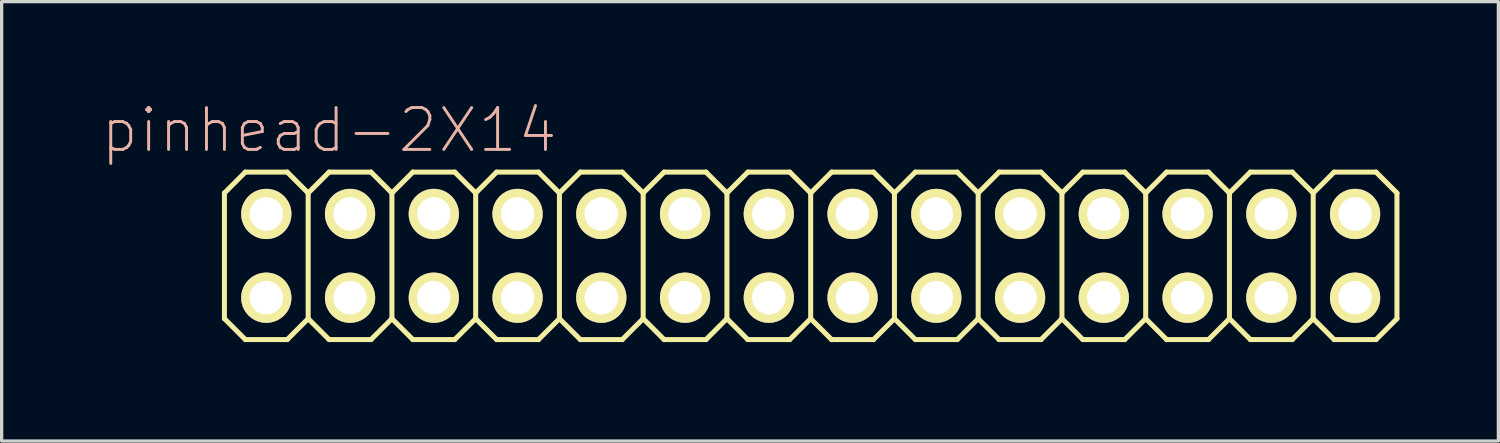
<source format=kicad_pcb>
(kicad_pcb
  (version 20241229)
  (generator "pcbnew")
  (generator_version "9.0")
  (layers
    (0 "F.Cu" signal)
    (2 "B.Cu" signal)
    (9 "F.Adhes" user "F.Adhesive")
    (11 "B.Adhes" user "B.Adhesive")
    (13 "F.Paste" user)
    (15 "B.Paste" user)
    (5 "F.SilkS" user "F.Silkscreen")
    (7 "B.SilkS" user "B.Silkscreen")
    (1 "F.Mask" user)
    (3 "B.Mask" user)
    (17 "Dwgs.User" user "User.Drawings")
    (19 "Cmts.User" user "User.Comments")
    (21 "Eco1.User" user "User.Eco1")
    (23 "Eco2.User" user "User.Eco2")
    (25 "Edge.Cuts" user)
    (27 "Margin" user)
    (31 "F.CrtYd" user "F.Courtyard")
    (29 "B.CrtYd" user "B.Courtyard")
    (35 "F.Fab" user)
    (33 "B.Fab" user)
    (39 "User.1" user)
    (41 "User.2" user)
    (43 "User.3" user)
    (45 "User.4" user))
  (footprint "pinhead-2X14"
    (layer "F.Cu")
    (at 21.536 4.709)
    (property "Reference" "pinhead-2X14" (at -14.605 -3.81 0) (layer "B.SilkS") (effects (font (size 1.27 1.27) (thickness 0.089))))
    (attr exclude_from_pos_files exclude_from_bom)
    (fp_line (start -17.78 -1.905) (end -17.145 -2.54) (stroke (width 0.152) (type solid)) (layer "F.SilkS"))
    (fp_line (start -17.78 1.905) (end -17.78 -1.905) (stroke (width 0.152) (type solid)) (layer "F.SilkS"))
    (fp_line (start -17.78 1.905) (end -17.145 2.54) (stroke (width 0.152) (type solid)) (layer "F.SilkS"))
    (fp_line (start -17.145 -2.54) (end -15.875 -2.54) (stroke (width 0.152) (type solid)) (layer "F.SilkS"))
    (fp_line (start -17.145 2.54) (end -15.875 2.54) (stroke (width 0.152) (type solid)) (layer "F.SilkS"))
    (fp_line (start -16.764 -1.524) (end -16.256 -1.524) (stroke (width 0.066) (type solid)) (layer "F.SilkS"))
    (fp_line (start -16.764 -1.016) (end -16.764 -1.524) (stroke (width 0.066) (type solid)) (layer "F.SilkS"))
    (fp_line (start -16.764 -1.016) (end -16.256 -1.016) (stroke (width 0.066) (type solid)) (layer "F.SilkS"))
    (fp_line (start -16.764 1.016) (end -16.256 1.016) (stroke (width 0.066) (type solid)) (layer "F.SilkS"))
    (fp_line (start -16.764 1.524) (end -16.764 1.016) (stroke (width 0.066) (type solid)) (layer "F.SilkS"))
    (fp_line (start -16.764 1.524) (end -16.256 1.524) (stroke (width 0.066) (type solid)) (layer "F.SilkS"))
    (fp_line (start -16.256 -1.016) (end -16.256 -1.524) (stroke (width 0.066) (type solid)) (layer "F.SilkS"))
    (fp_line (start -16.256 1.524) (end -16.256 1.016) (stroke (width 0.066) (type solid)) (layer "F.SilkS"))
    (fp_line (start -15.875 -2.54) (end -15.24 -1.905) (stroke (width 0.152) (type solid)) (layer "F.SilkS"))
    (fp_line (start -15.875 2.54) (end -15.24 1.905) (stroke (width 0.152) (type solid)) (layer "F.SilkS"))
    (fp_line (start -15.24 -1.905) (end -15.24 1.905) (stroke (width 0.152) (type solid)) (layer "F.SilkS"))
    (fp_line (start -15.24 -1.905) (end -14.605 -2.54) (stroke (width 0.152) (type solid)) (layer "F.SilkS"))
    (fp_line (start -15.24 1.905) (end -14.605 2.54) (stroke (width 0.152) (type solid)) (layer "F.SilkS"))
    (fp_line (start -14.605 -2.54) (end -13.335 -2.54) (stroke (width 0.152) (type solid)) (layer "F.SilkS"))
    (fp_line (start -14.605 2.54) (end -13.335 2.54) (stroke (width 0.152) (type solid)) (layer "F.SilkS"))
    (fp_line (start -14.224 -1.524) (end -13.716 -1.524) (stroke (width 0.066) (type solid)) (layer "F.SilkS"))
    (fp_line (start -14.224 -1.016) (end -14.224 -1.524) (stroke (width 0.066) (type solid)) (layer "F.SilkS"))
    (fp_line (start -14.224 -1.016) (end -13.716 -1.016) (stroke (width 0.066) (type solid)) (layer "F.SilkS"))
    (fp_line (start -14.224 1.016) (end -13.716 1.016) (stroke (width 0.066) (type solid)) (layer "F.SilkS"))
    (fp_line (start -14.224 1.524) (end -14.224 1.016) (stroke (width 0.066) (type solid)) (layer "F.SilkS"))
    (fp_line (start -14.224 1.524) (end -13.716 1.524) (stroke (width 0.066) (type solid)) (layer "F.SilkS"))
    (fp_line (start -13.716 -1.016) (end -13.716 -1.524) (stroke (width 0.066) (type solid)) (layer "F.SilkS"))
    (fp_line (start -13.716 1.524) (end -13.716 1.016) (stroke (width 0.066) (type solid)) (layer "F.SilkS"))
    (fp_line (start -13.335 -2.54) (end -12.7 -1.905) (stroke (width 0.152) (type solid)) (layer "F.SilkS"))
    (fp_line (start -13.335 2.54) (end -12.7 1.905) (stroke (width 0.152) (type solid)) (layer "F.SilkS"))
    (fp_line (start -12.7 -1.905) (end -12.7 1.905) (stroke (width 0.152) (type solid)) (layer "F.SilkS"))
    (fp_line (start -12.7 -1.905) (end -12.065 -2.54) (stroke (width 0.152) (type solid)) (layer "F.SilkS"))
    (fp_line (start -12.7 1.905) (end -12.065 2.54) (stroke (width 0.152) (type solid)) (layer "F.SilkS"))
    (fp_line (start -12.065 -2.54) (end -10.795 -2.54) (stroke (width 0.152) (type solid)) (layer "F.SilkS"))
    (fp_line (start -12.065 2.54) (end -10.795 2.54) (stroke (width 0.152) (type solid)) (layer "F.SilkS"))
    (fp_line (start -11.684 -1.524) (end -11.176 -1.524) (stroke (width 0.066) (type solid)) (layer "F.SilkS"))
    (fp_line (start -11.684 -1.016) (end -11.684 -1.524) (stroke (width 0.066) (type solid)) (layer "F.SilkS"))
    (fp_line (start -11.684 -1.016) (end -11.176 -1.016) (stroke (width 0.066) (type solid)) (layer "F.SilkS"))
    (fp_line (start -11.684 1.016) (end -11.176 1.016) (stroke (width 0.066) (type solid)) (layer "F.SilkS"))
    (fp_line (start -11.684 1.524) (end -11.684 1.016) (stroke (width 0.066) (type solid)) (layer "F.SilkS"))
    (fp_line (start -11.684 1.524) (end -11.176 1.524) (stroke (width 0.066) (type solid)) (layer "F.SilkS"))
    (fp_line (start -11.176 -1.016) (end -11.176 -1.524) (stroke (width 0.066) (type solid)) (layer "F.SilkS"))
    (fp_line (start -11.176 1.524) (end -11.176 1.016) (stroke (width 0.066) (type solid)) (layer "F.SilkS"))
    (fp_line (start -10.795 -2.54) (end -10.16 -1.905) (stroke (width 0.152) (type solid)) (layer "F.SilkS"))
    (fp_line (start -10.795 2.54) (end -10.16 1.905) (stroke (width 0.152) (type solid)) (layer "F.SilkS"))
    (fp_line (start -10.16 -1.905) (end -10.16 1.905) (stroke (width 0.152) (type solid)) (layer "F.SilkS"))
    (fp_line (start -10.16 -1.905) (end -9.525 -2.54) (stroke (width 0.152) (type solid)) (layer "F.SilkS"))
    (fp_line (start -10.16 1.905) (end -9.525 2.54) (stroke (width 0.152) (type solid)) (layer "F.SilkS"))
    (fp_line (start -9.525 -2.54) (end -8.255 -2.54) (stroke (width 0.152) (type solid)) (layer "F.SilkS"))
    (fp_line (start -9.525 2.54) (end -8.255 2.54) (stroke (width 0.152) (type solid)) (layer "F.SilkS"))
    (fp_line (start -9.144 -1.524) (end -8.636 -1.524) (stroke (width 0.066) (type solid)) (layer "F.SilkS"))
    (fp_line (start -9.144 -1.016) (end -9.144 -1.524) (stroke (width 0.066) (type solid)) (layer "F.SilkS"))
    (fp_line (start -9.144 -1.016) (end -8.636 -1.016) (stroke (width 0.066) (type solid)) (layer "F.SilkS"))
    (fp_line (start -9.144 1.016) (end -8.636 1.016) (stroke (width 0.066) (type solid)) (layer "F.SilkS"))
    (fp_line (start -9.144 1.524) (end -9.144 1.016) (stroke (width 0.066) (type solid)) (layer "F.SilkS"))
    (fp_line (start -9.144 1.524) (end -8.636 1.524) (stroke (width 0.066) (type solid)) (layer "F.SilkS"))
    (fp_line (start -8.636 -1.016) (end -8.636 -1.524) (stroke (width 0.066) (type solid)) (layer "F.SilkS"))
    (fp_line (start -8.636 1.524) (end -8.636 1.016) (stroke (width 0.066) (type solid)) (layer "F.SilkS"))
    (fp_line (start -8.255 -2.54) (end -7.62 -1.905) (stroke (width 0.152) (type solid)) (layer "F.SilkS"))
    (fp_line (start -8.255 2.54) (end -7.62 1.905) (stroke (width 0.152) (type solid)) (layer "F.SilkS"))
    (fp_line (start -7.62 -1.905) (end -7.62 1.905) (stroke (width 0.152) (type solid)) (layer "F.SilkS"))
    (fp_line (start -7.62 -1.905) (end -6.985 -2.54) (stroke (width 0.152) (type solid)) (layer "F.SilkS"))
    (fp_line (start -7.62 1.905) (end -6.985 2.54) (stroke (width 0.152) (type solid)) (layer "F.SilkS"))
    (fp_line (start -6.985 -2.54) (end -5.715 -2.54) (stroke (width 0.152) (type solid)) (layer "F.SilkS"))
    (fp_line (start -6.985 2.54) (end -5.715 2.54) (stroke (width 0.152) (type solid)) (layer "F.SilkS"))
    (fp_line (start -6.604 -1.524) (end -6.096 -1.524) (stroke (width 0.066) (type solid)) (layer "F.SilkS"))
    (fp_line (start -6.604 -1.016) (end -6.604 -1.524) (stroke (width 0.066) (type solid)) (layer "F.SilkS"))
    (fp_line (start -6.604 -1.016) (end -6.096 -1.016) (stroke (width 0.066) (type solid)) (layer "F.SilkS"))
    (fp_line (start -6.604 1.016) (end -6.096 1.016) (stroke (width 0.066) (type solid)) (layer "F.SilkS"))
    (fp_line (start -6.604 1.524) (end -6.604 1.016) (stroke (width 0.066) (type solid)) (layer "F.SilkS"))
    (fp_line (start -6.604 1.524) (end -6.096 1.524) (stroke (width 0.066) (type solid)) (layer "F.SilkS"))
    (fp_line (start -6.096 -1.016) (end -6.096 -1.524) (stroke (width 0.066) (type solid)) (layer "F.SilkS"))
    (fp_line (start -6.096 1.524) (end -6.096 1.016) (stroke (width 0.066) (type solid)) (layer "F.SilkS"))
    (fp_line (start -5.715 -2.54) (end -5.08 -1.905) (stroke (width 0.152) (type solid)) (layer "F.SilkS"))
    (fp_line (start -5.715 2.54) (end -5.08 1.905) (stroke (width 0.152) (type solid)) (layer "F.SilkS"))
    (fp_line (start -5.08 -1.905) (end -5.08 1.905) (stroke (width 0.152) (type solid)) (layer "F.SilkS"))
    (fp_line (start -5.08 -1.905) (end -4.445 -2.54) (stroke (width 0.152) (type solid)) (layer "F.SilkS"))
    (fp_line (start -5.08 1.905) (end -4.445 2.54) (stroke (width 0.152) (type solid)) (layer "F.SilkS"))
    (fp_line (start -4.445 -2.54) (end -3.175 -2.54) (stroke (width 0.152) (type solid)) (layer "F.SilkS"))
    (fp_line (start -4.445 2.54) (end -3.175 2.54) (stroke (width 0.152) (type solid)) (layer "F.SilkS"))
    (fp_line (start -4.064 -1.524) (end -3.556 -1.524) (stroke (width 0.066) (type solid)) (layer "F.SilkS"))
    (fp_line (start -4.064 -1.016) (end -4.064 -1.524) (stroke (width 0.066) (type solid)) (layer "F.SilkS"))
    (fp_line (start -4.064 -1.016) (end -3.556 -1.016) (stroke (width 0.066) (type solid)) (layer "F.SilkS"))
    (fp_line (start -4.064 1.016) (end -3.556 1.016) (stroke (width 0.066) (type solid)) (layer "F.SilkS"))
    (fp_line (start -4.064 1.524) (end -4.064 1.016) (stroke (width 0.066) (type solid)) (layer "F.SilkS"))
    (fp_line (start -4.064 1.524) (end -3.556 1.524) (stroke (width 0.066) (type solid)) (layer "F.SilkS"))
    (fp_line (start -3.556 -1.016) (end -3.556 -1.524) (stroke (width 0.066) (type solid)) (layer "F.SilkS"))
    (fp_line (start -3.556 1.524) (end -3.556 1.016) (stroke (width 0.066) (type solid)) (layer "F.SilkS"))
    (fp_line (start -3.175 -2.54) (end -2.54 -1.905) (stroke (width 0.152) (type solid)) (layer "F.SilkS"))
    (fp_line (start -3.175 2.54) (end -2.54 1.905) (stroke (width 0.152) (type solid)) (layer "F.SilkS"))
    (fp_line (start -2.54 -1.905) (end -2.54 1.905) (stroke (width 0.152) (type solid)) (layer "F.SilkS"))
    (fp_line (start -2.54 -1.905) (end -1.905 -2.54) (stroke (width 0.152) (type solid)) (layer "F.SilkS"))
    (fp_line (start -2.54 1.905) (end -1.905 2.54) (stroke (width 0.152) (type solid)) (layer "F.SilkS"))
    (fp_line (start -1.905 -2.54) (end -0.635 -2.54) (stroke (width 0.152) (type solid)) (layer "F.SilkS"))
    (fp_line (start -1.524 -1.524) (end -1.016 -1.524) (stroke (width 0.066) (type solid)) (layer "F.SilkS"))
    (fp_line (start -1.524 -1.016) (end -1.524 -1.524) (stroke (width 0.066) (type solid)) (layer "F.SilkS"))
    (fp_line (start -1.524 -1.016) (end -1.016 -1.016) (stroke (width 0.066) (type solid)) (layer "F.SilkS"))
    (fp_line (start -1.524 1.016) (end -1.016 1.016) (stroke (width 0.066) (type solid)) (layer "F.SilkS"))
    (fp_line (start -1.524 1.524) (end -1.524 1.016) (stroke (width 0.066) (type solid)) (layer "F.SilkS"))
    (fp_line (start -1.524 1.524) (end -1.016 1.524) (stroke (width 0.066) (type solid)) (layer "F.SilkS"))
    (fp_line (start -1.016 -1.016) (end -1.016 -1.524) (stroke (width 0.066) (type solid)) (layer "F.SilkS"))
    (fp_line (start -1.016 1.524) (end -1.016 1.016) (stroke (width 0.066) (type solid)) (layer "F.SilkS"))
    (fp_line (start -0.635 -2.54) (end 0 -1.905) (stroke (width 0.152) (type solid)) (layer "F.SilkS"))
    (fp_line (start -0.635 2.54) (end -1.905 2.54) (stroke (width 0.152) (type solid)) (layer "F.SilkS"))
    (fp_line (start 0 -1.905) (end 0 1.905) (stroke (width 0.152) (type solid)) (layer "F.SilkS"))
    (fp_line (start 0 -1.905) (end 0.635 -2.54) (stroke (width 0.152) (type solid)) (layer "F.SilkS"))
    (fp_line (start 0 1.905) (end -0.635 2.54) (stroke (width 0.152) (type solid)) (layer "F.SilkS"))
    (fp_line (start 0 1.905) (end 0.635 2.54) (stroke (width 0.152) (type solid)) (layer "F.SilkS"))
    (fp_line (start 0.635 -2.54) (end 1.905 -2.54) (stroke (width 0.152) (type solid)) (layer "F.SilkS"))
    (fp_line (start 1.016 -1.524) (end 1.524 -1.524) (stroke (width 0.066) (type solid)) (layer "F.SilkS"))
    (fp_line (start 1.016 -1.016) (end 1.016 -1.524) (stroke (width 0.066) (type solid)) (layer "F.SilkS"))
    (fp_line (start 1.016 -1.016) (end 1.524 -1.016) (stroke (width 0.066) (type solid)) (layer "F.SilkS"))
    (fp_line (start 1.016 1.016) (end 1.524 1.016) (stroke (width 0.066) (type solid)) (layer "F.SilkS"))
    (fp_line (start 1.016 1.524) (end 1.016 1.016) (stroke (width 0.066) (type solid)) (layer "F.SilkS"))
    (fp_line (start 1.016 1.524) (end 1.524 1.524) (stroke (width 0.066) (type solid)) (layer "F.SilkS"))
    (fp_line (start 1.524 -1.016) (end 1.524 -1.524) (stroke (width 0.066) (type solid)) (layer "F.SilkS"))
    (fp_line (start 1.524 1.524) (end 1.524 1.016) (stroke (width 0.066) (type solid)) (layer "F.SilkS"))
    (fp_line (start 1.905 -2.54) (end 2.54 -1.905) (stroke (width 0.152) (type solid)) (layer "F.SilkS"))
    (fp_line (start 1.905 2.54) (end 0.635 2.54) (stroke (width 0.152) (type solid)) (layer "F.SilkS"))
    (fp_line (start 2.54 -1.905) (end 2.54 1.905) (stroke (width 0.152) (type solid)) (layer "F.SilkS"))
    (fp_line (start 2.54 -1.905) (end 3.175 -2.54) (stroke (width 0.152) (type solid)) (layer "F.SilkS"))
    (fp_line (start 2.54 1.905) (end 1.905 2.54) (stroke (width 0.152) (type solid)) (layer "F.SilkS"))
    (fp_line (start 2.54 1.905) (end 3.175 2.54) (stroke (width 0.152) (type solid)) (layer "F.SilkS"))
    (fp_line (start 3.175 -2.54) (end 4.445 -2.54) (stroke (width 0.152) (type solid)) (layer "F.SilkS"))
    (fp_line (start 3.556 -1.524) (end 4.064 -1.524) (stroke (width 0.066) (type solid)) (layer "F.SilkS"))
    (fp_line (start 3.556 -1.016) (end 3.556 -1.524) (stroke (width 0.066) (type solid)) (layer "F.SilkS"))
    (fp_line (start 3.556 -1.016) (end 4.064 -1.016) (stroke (width 0.066) (type solid)) (layer "F.SilkS"))
    (fp_line (start 3.556 1.016) (end 4.064 1.016) (stroke (width 0.066) (type solid)) (layer "F.SilkS"))
    (fp_line (start 3.556 1.524) (end 3.556 1.016) (stroke (width 0.066) (type solid)) (layer "F.SilkS"))
    (fp_line (start 3.556 1.524) (end 4.064 1.524) (stroke (width 0.066) (type solid)) (layer "F.SilkS"))
    (fp_line (start 4.064 -1.016) (end 4.064 -1.524) (stroke (width 0.066) (type solid)) (layer "F.SilkS"))
    (fp_line (start 4.064 1.524) (end 4.064 1.016) (stroke (width 0.066) (type solid)) (layer "F.SilkS"))
    (fp_line (start 4.445 -2.54) (end 5.08 -1.905) (stroke (width 0.152) (type solid)) (layer "F.SilkS"))
    (fp_line (start 4.445 2.54) (end 3.175 2.54) (stroke (width 0.152) (type solid)) (layer "F.SilkS"))
    (fp_line (start 5.08 -1.905) (end 5.08 1.905) (stroke (width 0.152) (type solid)) (layer "F.SilkS"))
    (fp_line (start 5.08 -1.905) (end 5.715 -2.54) (stroke (width 0.152) (type solid)) (layer "F.SilkS"))
    (fp_line (start 5.08 1.905) (end 4.445 2.54) (stroke (width 0.152) (type solid)) (layer "F.SilkS"))
    (fp_line (start 5.08 1.905) (end 5.715 2.54) (stroke (width 0.152) (type solid)) (layer "F.SilkS"))
    (fp_line (start 5.715 -2.54) (end 6.985 -2.54) (stroke (width 0.152) (type solid)) (layer "F.SilkS"))
    (fp_line (start 6.096 -1.524) (end 6.604 -1.524) (stroke (width 0.066) (type solid)) (layer "F.SilkS"))
    (fp_line (start 6.096 -1.016) (end 6.096 -1.524) (stroke (width 0.066) (type solid)) (layer "F.SilkS"))
    (fp_line (start 6.096 -1.016) (end 6.604 -1.016) (stroke (width 0.066) (type solid)) (layer "F.SilkS"))
    (fp_line (start 6.096 1.016) (end 6.604 1.016) (stroke (width 0.066) (type solid)) (layer "F.SilkS"))
    (fp_line (start 6.096 1.524) (end 6.096 1.016) (stroke (width 0.066) (type solid)) (layer "F.SilkS"))
    (fp_line (start 6.096 1.524) (end 6.604 1.524) (stroke (width 0.066) (type solid)) (layer "F.SilkS"))
    (fp_line (start 6.604 -1.016) (end 6.604 -1.524) (stroke (width 0.066) (type solid)) (layer "F.SilkS"))
    (fp_line (start 6.604 1.524) (end 6.604 1.016) (stroke (width 0.066) (type solid)) (layer "F.SilkS"))
    (fp_line (start 6.985 -2.54) (end 7.62 -1.905) (stroke (width 0.152) (type solid)) (layer "F.SilkS"))
    (fp_line (start 6.985 2.54) (end 5.715 2.54) (stroke (width 0.152) (type solid)) (layer "F.SilkS"))
    (fp_line (start 7.62 -1.905) (end 7.62 1.905) (stroke (width 0.152) (type solid)) (layer "F.SilkS"))
    (fp_line (start 7.62 -1.905) (end 8.255 -2.54) (stroke (width 0.152) (type solid)) (layer "F.SilkS"))
    (fp_line (start 7.62 1.905) (end 6.985 2.54) (stroke (width 0.152) (type solid)) (layer "F.SilkS"))
    (fp_line (start 7.62 1.905) (end 8.255 2.54) (stroke (width 0.152) (type solid)) (layer "F.SilkS"))
    (fp_line (start 8.255 -2.54) (end 9.525 -2.54) (stroke (width 0.152) (type solid)) (layer "F.SilkS"))
    (fp_line (start 8.636 -1.524) (end 9.144 -1.524) (stroke (width 0.066) (type solid)) (layer "F.SilkS"))
    (fp_line (start 8.636 -1.016) (end 8.636 -1.524) (stroke (width 0.066) (type solid)) (layer "F.SilkS"))
    (fp_line (start 8.636 -1.016) (end 9.144 -1.016) (stroke (width 0.066) (type solid)) (layer "F.SilkS"))
    (fp_line (start 8.636 1.016) (end 9.144 1.016) (stroke (width 0.066) (type solid)) (layer "F.SilkS"))
    (fp_line (start 8.636 1.524) (end 8.636 1.016) (stroke (width 0.066) (type solid)) (layer "F.SilkS"))
    (fp_line (start 8.636 1.524) (end 9.144 1.524) (stroke (width 0.066) (type solid)) (layer "F.SilkS"))
    (fp_line (start 9.144 -1.016) (end 9.144 -1.524) (stroke (width 0.066) (type solid)) (layer "F.SilkS"))
    (fp_line (start 9.144 1.524) (end 9.144 1.016) (stroke (width 0.066) (type solid)) (layer "F.SilkS"))
    (fp_line (start 9.525 -2.54) (end 10.16 -1.905) (stroke (width 0.152) (type solid)) (layer "F.SilkS"))
    (fp_line (start 9.525 2.54) (end 8.255 2.54) (stroke (width 0.152) (type solid)) (layer "F.SilkS"))
    (fp_line (start 10.16 -1.905) (end 10.16 1.905) (stroke (width 0.152) (type solid)) (layer "F.SilkS"))
    (fp_line (start 10.16 -1.905) (end 10.795 -2.54) (stroke (width 0.152) (type solid)) (layer "F.SilkS"))
    (fp_line (start 10.16 1.905) (end 9.525 2.54) (stroke (width 0.152) (type solid)) (layer "F.SilkS"))
    (fp_line (start 10.16 1.905) (end 10.795 2.54) (stroke (width 0.152) (type solid)) (layer "F.SilkS"))
    (fp_line (start 10.795 -2.54) (end 12.065 -2.54) (stroke (width 0.152) (type solid)) (layer "F.SilkS"))
    (fp_line (start 11.176 -1.524) (end 11.684 -1.524) (stroke (width 0.066) (type solid)) (layer "F.SilkS"))
    (fp_line (start 11.176 -1.016) (end 11.176 -1.524) (stroke (width 0.066) (type solid)) (layer "F.SilkS"))
    (fp_line (start 11.176 -1.016) (end 11.684 -1.016) (stroke (width 0.066) (type solid)) (layer "F.SilkS"))
    (fp_line (start 11.176 1.016) (end 11.684 1.016) (stroke (width 0.066) (type solid)) (layer "F.SilkS"))
    (fp_line (start 11.176 1.524) (end 11.176 1.016) (stroke (width 0.066) (type solid)) (layer "F.SilkS"))
    (fp_line (start 11.176 1.524) (end 11.684 1.524) (stroke (width 0.066) (type solid)) (layer "F.SilkS"))
    (fp_line (start 11.684 -1.016) (end 11.684 -1.524) (stroke (width 0.066) (type solid)) (layer "F.SilkS"))
    (fp_line (start 11.684 1.524) (end 11.684 1.016) (stroke (width 0.066) (type solid)) (layer "F.SilkS"))
    (fp_line (start 12.065 2.54) (end 10.795 2.54) (stroke (width 0.152) (type solid)) (layer "F.SilkS"))
    (fp_line (start 12.7 -1.905) (end 12.065 -2.54) (stroke (width 0.152) (type solid)) (layer "F.SilkS"))
    (fp_line (start 12.7 -1.905) (end 12.7 1.905) (stroke (width 0.152) (type solid)) (layer "F.SilkS"))
    (fp_line (start 12.7 -1.905) (end 13.335 -2.54) (stroke (width 0.152) (type solid)) (layer "F.SilkS"))
    (fp_line (start 12.7 1.905) (end 12.065 2.54) (stroke (width 0.152) (type solid)) (layer "F.SilkS"))
    (fp_line (start 12.7 1.905) (end 13.335 2.54) (stroke (width 0.152) (type solid)) (layer "F.SilkS"))
    (fp_line (start 13.716 -1.524) (end 14.224 -1.524) (stroke (width 0.066) (type solid)) (layer "F.SilkS"))
    (fp_line (start 13.716 -1.016) (end 13.716 -1.524) (stroke (width 0.066) (type solid)) (layer "F.SilkS"))
    (fp_line (start 13.716 -1.016) (end 14.224 -1.016) (stroke (width 0.066) (type solid)) (layer "F.SilkS"))
    (fp_line (start 13.716 1.016) (end 14.224 1.016) (stroke (width 0.066) (type solid)) (layer "F.SilkS"))
    (fp_line (start 13.716 1.524) (end 13.716 1.016) (stroke (width 0.066) (type solid)) (layer "F.SilkS"))
    (fp_line (start 13.716 1.524) (end 14.224 1.524) (stroke (width 0.066) (type solid)) (layer "F.SilkS"))
    (fp_line (start 14.224 -1.016) (end 14.224 -1.524) (stroke (width 0.066) (type solid)) (layer "F.SilkS"))
    (fp_line (start 14.224 1.524) (end 14.224 1.016) (stroke (width 0.066) (type solid)) (layer "F.SilkS"))
    (fp_line (start 14.605 -2.54) (end 13.335 -2.54) (stroke (width 0.152) (type solid)) (layer "F.SilkS"))
    (fp_line (start 14.605 -2.54) (end 15.24 -1.905) (stroke (width 0.152) (type solid)) (layer "F.SilkS"))
    (fp_line (start 14.605 2.54) (end 13.335 2.54) (stroke (width 0.152) (type solid)) (layer "F.SilkS"))
    (fp_line (start 15.24 -1.905) (end 15.24 1.905) (stroke (width 0.152) (type solid)) (layer "F.SilkS"))
    (fp_line (start 15.24 -1.905) (end 15.875 -2.54) (stroke (width 0.152) (type solid)) (layer "F.SilkS"))
    (fp_line (start 15.24 1.905) (end 14.605 2.54) (stroke (width 0.152) (type solid)) (layer "F.SilkS"))
    (fp_line (start 15.24 1.905) (end 15.875 2.54) (stroke (width 0.152) (type solid)) (layer "F.SilkS"))
    (fp_line (start 16.256 -1.524) (end 16.764 -1.524) (stroke (width 0.066) (type solid)) (layer "F.SilkS"))
    (fp_line (start 16.256 -1.016) (end 16.256 -1.524) (stroke (width 0.066) (type solid)) (layer "F.SilkS"))
    (fp_line (start 16.256 -1.016) (end 16.764 -1.016) (stroke (width 0.066) (type solid)) (layer "F.SilkS"))
    (fp_line (start 16.256 1.016) (end 16.764 1.016) (stroke (width 0.066) (type solid)) (layer "F.SilkS"))
    (fp_line (start 16.256 1.524) (end 16.256 1.016) (stroke (width 0.066) (type solid)) (layer "F.SilkS"))
    (fp_line (start 16.256 1.524) (end 16.764 1.524) (stroke (width 0.066) (type solid)) (layer "F.SilkS"))
    (fp_line (start 16.764 -1.016) (end 16.764 -1.524) (stroke (width 0.066) (type solid)) (layer "F.SilkS"))
    (fp_line (start 16.764 1.524) (end 16.764 1.016) (stroke (width 0.066) (type solid)) (layer "F.SilkS"))
    (fp_line (start 17.145 -2.54) (end 15.875 -2.54) (stroke (width 0.152) (type solid)) (layer "F.SilkS"))
    (fp_line (start 17.145 -2.54) (end 17.78 -1.905) (stroke (width 0.152) (type solid)) (layer "F.SilkS"))
    (fp_line (start 17.145 2.54) (end 15.875 2.54) (stroke (width 0.152) (type solid)) (layer "F.SilkS"))
    (fp_line (start 17.78 -1.905) (end 17.78 1.905) (stroke (width 0.152) (type solid)) (layer "F.SilkS"))
    (fp_line (start 17.78 1.905) (end 17.145 2.54) (stroke (width 0.152) (type solid)) (layer "F.SilkS"))
    (pad "1" thru_hole circle (at -16.51 1.27) (size 1.524 1.524) (drill 1.016) (layers "*.Cu" "F.Mask" "F.SilkS" "F.Paste"))
    (pad "2" thru_hole circle (at -16.51 -1.27) (size 1.524 1.524) (drill 1.016) (layers "*.Cu" "F.Mask" "F.SilkS" "F.Paste"))
    (pad "3" thru_hole circle (at -13.97 1.27) (size 1.524 1.524) (drill 1.016) (layers "*.Cu" "F.Mask" "F.SilkS" "F.Paste"))
    (pad "4" thru_hole circle (at -13.97 -1.27) (size 1.524 1.524) (drill 1.016) (layers "*.Cu" "F.Mask" "F.SilkS" "F.Paste"))
    (pad "5" thru_hole circle (at -11.43 1.27) (size 1.524 1.524) (drill 1.016) (layers "*.Cu" "F.Mask" "F.SilkS" "F.Paste"))
    (pad "6" thru_hole circle (at -11.43 -1.27) (size 1.524 1.524) (drill 1.016) (layers "*.Cu" "F.Mask" "F.SilkS" "F.Paste"))
    (pad "7" thru_hole circle (at -8.89 1.27) (size 1.524 1.524) (drill 1.016) (layers "*.Cu" "F.Mask" "F.SilkS" "F.Paste"))
    (pad "8" thru_hole circle (at -8.89 -1.27) (size 1.524 1.524) (drill 1.016) (layers "*.Cu" "F.Mask" "F.SilkS" "F.Paste"))
    (pad "9" thru_hole circle (at -6.35 1.27) (size 1.524 1.524) (drill 1.016) (layers "*.Cu" "F.Mask" "F.SilkS" "F.Paste"))
    (pad "10" thru_hole circle (at -6.35 -1.27) (size 1.524 1.524) (drill 1.016) (layers "*.Cu" "F.Mask" "F.SilkS" "F.Paste"))
    (pad "11" thru_hole circle (at -3.81 1.27) (size 1.524 1.524) (drill 1.016) (layers "*.Cu" "F.Mask" "F.SilkS" "F.Paste"))
    (pad "12" thru_hole circle (at -3.81 -1.27) (size 1.524 1.524) (drill 1.016) (layers "*.Cu" "F.Mask" "F.SilkS" "F.Paste"))
    (pad "13" thru_hole circle (at -1.27 1.27) (size 1.524 1.524) (drill 1.016) (layers "*.Cu" "F.Mask" "F.SilkS" "F.Paste"))
    (pad "14" thru_hole circle (at -1.27 -1.27) (size 1.524 1.524) (drill 1.016) (layers "*.Cu" "F.Mask" "F.SilkS" "F.Paste"))
    (pad "15" thru_hole circle (at 1.27 1.27) (size 1.524 1.524) (drill 1.016) (layers "*.Cu" "F.Mask" "F.SilkS" "F.Paste"))
    (pad "16" thru_hole circle (at 1.27 -1.27) (size 1.524 1.524) (drill 1.016) (layers "*.Cu" "F.Mask" "F.SilkS" "F.Paste"))
    (pad "17" thru_hole circle (at 3.81 1.27) (size 1.524 1.524) (drill 1.016) (layers "*.Cu" "F.Mask" "F.SilkS" "F.Paste"))
    (pad "18" thru_hole circle (at 3.81 -1.27) (size 1.524 1.524) (drill 1.016) (layers "*.Cu" "F.Mask" "F.SilkS" "F.Paste"))
    (pad "19" thru_hole circle (at 6.35 1.27) (size 1.524 1.524) (drill 1.016) (layers "*.Cu" "F.Mask" "F.SilkS" "F.Paste"))
    (pad "20" thru_hole circle (at 6.35 -1.27) (size 1.524 1.524) (drill 1.016) (layers "*.Cu" "F.Mask" "F.SilkS" "F.Paste"))
    (pad "21" thru_hole circle (at 8.89 1.27) (size 1.524 1.524) (drill 1.016) (layers "*.Cu" "F.Mask" "F.SilkS" "F.Paste"))
    (pad "22" thru_hole circle (at 8.89 -1.27) (size 1.524 1.524) (drill 1.016) (layers "*.Cu" "F.Mask" "F.SilkS" "F.Paste"))
    (pad "23" thru_hole circle (at 11.43 1.27) (size 1.524 1.524) (drill 1.016) (layers "*.Cu" "F.Mask" "F.SilkS" "F.Paste"))
    (pad "24" thru_hole circle (at 11.43 -1.27) (size 1.524 1.524) (drill 1.016) (layers "*.Cu" "F.Mask" "F.SilkS" "F.Paste"))
    (pad "25" thru_hole circle (at 13.97 1.27) (size 1.524 1.524) (drill 1.016) (layers "*.Cu" "F.Mask" "F.SilkS" "F.Paste"))
    (pad "26" thru_hole circle (at 13.97 -1.27) (size 1.524 1.524) (drill 1.016) (layers "*.Cu" "F.Mask" "F.SilkS" "F.Paste"))
    (pad "27" thru_hole circle (at 16.51 1.27) (size 1.524 1.524) (drill 1.016) (layers "*.Cu" "F.Mask" "F.SilkS" "F.Paste"))
    (pad "28" thru_hole circle (at 16.51 -1.27) (size 1.524 1.524) (drill 1.016) (layers "*.Cu" "F.Mask" "F.SilkS" "F.Paste")))
  (gr_rect
    (start -3 -3)
    (end 42.392 10.325)
    (stroke (width 0.1) (type default))
    (fill no)
    (layer "Edge.Cuts")))
</source>
